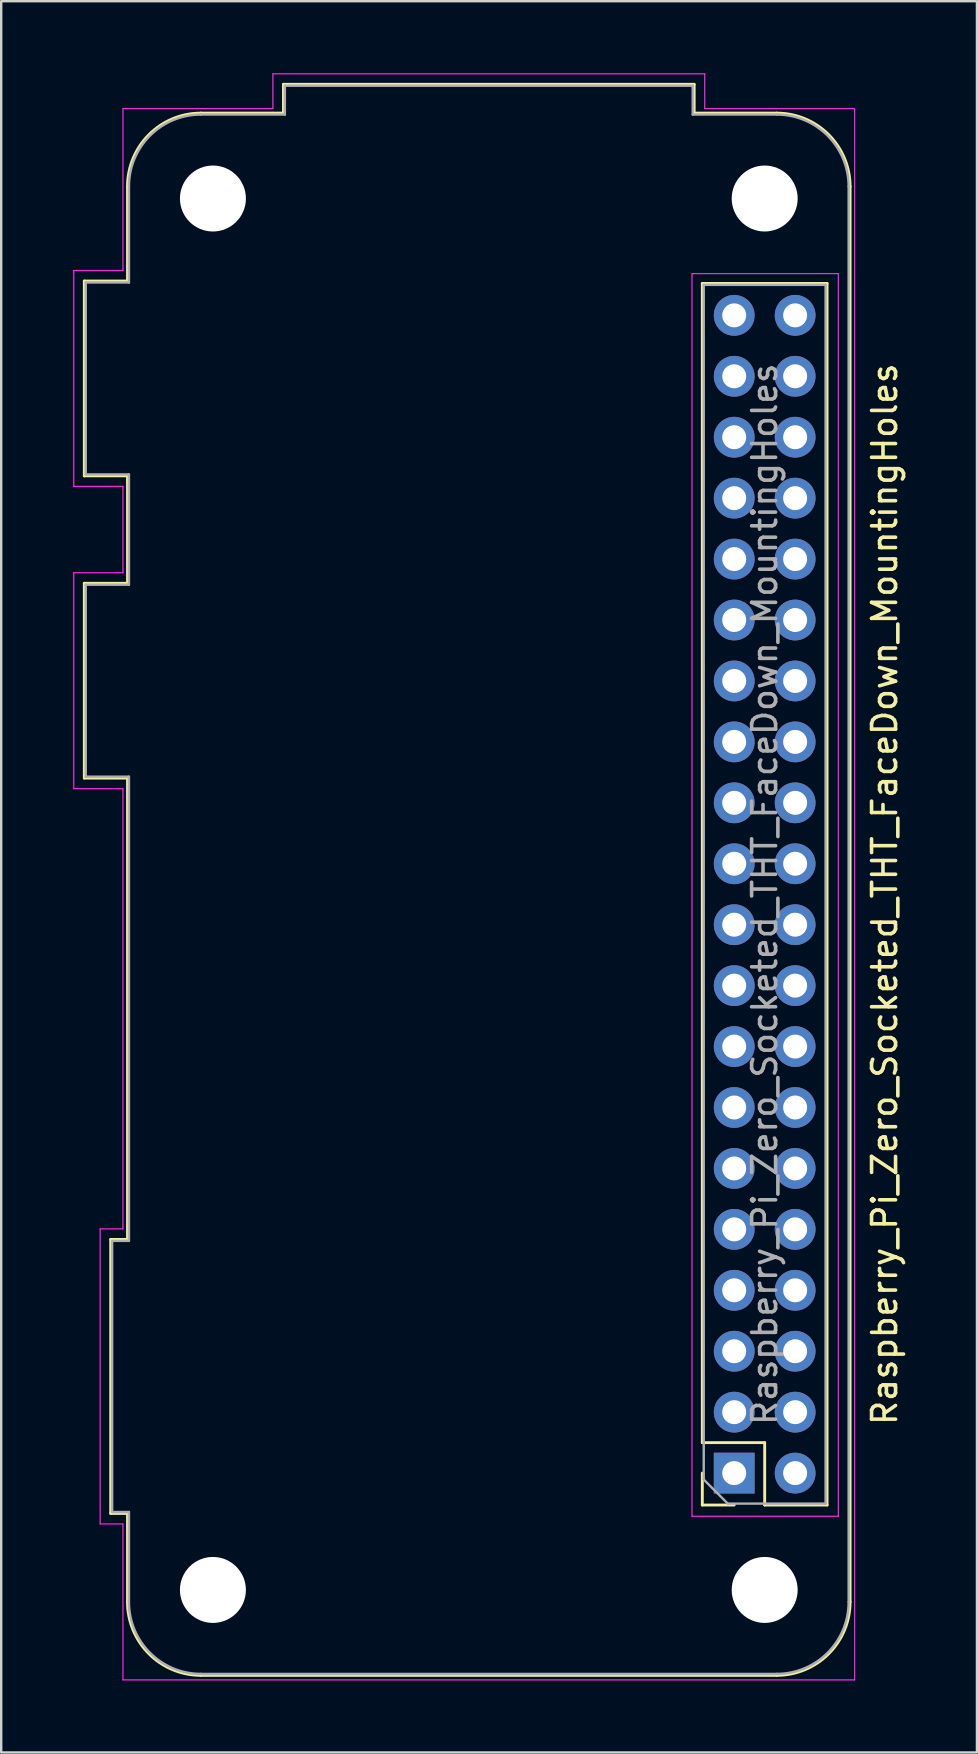
<source format=kicad_pcb>
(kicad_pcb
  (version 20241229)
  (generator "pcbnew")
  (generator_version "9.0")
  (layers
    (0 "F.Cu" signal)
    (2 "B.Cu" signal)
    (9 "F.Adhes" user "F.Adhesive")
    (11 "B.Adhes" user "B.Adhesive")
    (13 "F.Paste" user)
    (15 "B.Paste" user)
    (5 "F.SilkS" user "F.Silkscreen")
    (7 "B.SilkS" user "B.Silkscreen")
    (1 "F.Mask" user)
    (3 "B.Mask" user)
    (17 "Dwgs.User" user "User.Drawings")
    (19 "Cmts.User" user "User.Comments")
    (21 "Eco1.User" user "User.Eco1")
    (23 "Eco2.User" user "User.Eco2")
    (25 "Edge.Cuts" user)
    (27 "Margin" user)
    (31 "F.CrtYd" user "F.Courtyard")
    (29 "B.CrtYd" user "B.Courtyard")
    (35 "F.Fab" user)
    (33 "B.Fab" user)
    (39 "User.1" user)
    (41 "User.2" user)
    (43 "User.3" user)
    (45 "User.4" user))
  (footprint "Raspberry_Pi_Zero_Socketed_THT_FaceDown_MountingHoles"
    (layer "F.Cu")
    (at 17.325 34.225)
    (property "Reference" "Raspberry_Pi_Zero_Socketed_THT_FaceDown_MountingHoles" (at 16.5 0 270) (layer "F.SilkS") (effects (font (size 1 1) (thickness 0.15))))
    (attr through_hole)
    (fp_line (start -16.86 -25.56) (end -16.86 -17.44) (stroke (width 0.12) (type solid)) (layer "F.SilkS"))
    (fp_line (start -16.86 -17.44) (end -15.06 -17.44) (stroke (width 0.12) (type solid)) (layer "F.SilkS"))
    (fp_line (start -16.86 -12.96) (end -16.86 -4.84) (stroke (width 0.12) (type solid)) (layer "F.SilkS"))
    (fp_line (start -16.86 -4.84) (end -15.06 -4.84) (stroke (width 0.12) (type solid)) (layer "F.SilkS"))
    (fp_line (start -15.76 14.39) (end -15.76 25.81) (stroke (width 0.12) (type solid)) (layer "F.SilkS"))
    (fp_line (start -15.76 25.81) (end -15.06 25.81) (stroke (width 0.12) (type solid)) (layer "F.SilkS"))
    (fp_line (start -15.06 -29.5) (end -15.06 -25.56) (stroke (width 0.12) (type solid)) (layer "F.SilkS"))
    (fp_line (start -15.06 -25.56) (end -16.86 -25.56) (stroke (width 0.12) (type solid)) (layer "F.SilkS"))
    (fp_line (start -15.06 -17.44) (end -15.06 -12.96) (stroke (width 0.12) (type solid)) (layer "F.SilkS"))
    (fp_line (start -15.06 -12.96) (end -16.86 -12.96) (stroke (width 0.12) (type solid)) (layer "F.SilkS"))
    (fp_line (start -15.06 -4.84) (end -15.06 14.39) (stroke (width 0.12) (type solid)) (layer "F.SilkS"))
    (fp_line (start -15.06 14.39) (end -15.76 14.39) (stroke (width 0.12) (type solid)) (layer "F.SilkS"))
    (fp_line (start -15.06 25.81) (end -15.06 29.5) (stroke (width 0.12) (type solid)) (layer "F.SilkS"))
    (fp_line (start -8.56 -33.76) (end -8.56 -32.56) (stroke (width 0.12) (type solid)) (layer "F.SilkS"))
    (fp_line (start -8.56 -32.56) (end -12 -32.56) (stroke (width 0.12) (type solid)) (layer "F.SilkS"))
    (fp_line (start 8.56 -33.76) (end -8.56 -33.76) (stroke (width 0.12) (type solid)) (layer "F.SilkS"))
    (fp_line (start 8.56 -32.56) (end 8.56 -33.76) (stroke (width 0.12) (type solid)) (layer "F.SilkS"))
    (fp_line (start 8.56 -32.56) (end 12 -32.56) (stroke (width 0.12) (type solid)) (layer "F.SilkS"))
    (fp_line (start 8.9 22.86) (end 8.9 -25.46) (stroke (width 0.12) (type solid)) (layer "F.SilkS"))
    (fp_line (start 8.9 25.46) (end 8.9 24.13) (stroke (width 0.12) (type solid)) (layer "F.SilkS"))
    (fp_line (start 10.23 25.46) (end 8.9 25.46) (stroke (width 0.12) (type solid)) (layer "F.SilkS"))
    (fp_line (start 11.5 22.86) (end 8.9 22.86) (stroke (width 0.12) (type solid)) (layer "F.SilkS"))
    (fp_line (start 11.5 25.46) (end 11.5 22.86) (stroke (width 0.12) (type solid)) (layer "F.SilkS"))
    (fp_line (start 12 32.56) (end -12 32.56) (stroke (width 0.12) (type solid)) (layer "F.SilkS"))
    (fp_line (start 14.1 -25.46) (end 8.9 -25.46) (stroke (width 0.12) (type solid)) (layer "F.SilkS"))
    (fp_line (start 14.1 25.46) (end 11.5 25.46) (stroke (width 0.12) (type solid)) (layer "F.SilkS"))
    (fp_line (start 14.1 25.46) (end 14.1 -25.46) (stroke (width 0.12) (type solid)) (layer "F.SilkS"))
    (fp_line (start 15.06 -29.5) (end 15.06 29.5) (stroke (width 0.12) (type solid)) (layer "F.SilkS"))
    (fp_arc (start -15.06 -29.5) (mid -14.163747 -31.663747) (end -12 -32.56) (stroke (width 0.12) (type solid)) (layer "F.SilkS"))
    (fp_arc (start -12 32.56) (mid -14.163747 31.663747) (end -15.06 29.5) (stroke (width 0.12) (type solid)) (layer "F.SilkS"))
    (fp_arc (start 12 -32.56) (mid 14.163747 -31.663747) (end 15.06 -29.5) (stroke (width 0.12) (type solid)) (layer "F.SilkS"))
    (fp_arc (start 15.06 29.5) (mid 14.163747 31.663747) (end 12 32.56) (stroke (width 0.12) (type solid)) (layer "F.SilkS"))
    (fp_line (start -17.3 -26) (end -17.3 -17) (stroke (width 0.05) (type solid)) (layer "F.CrtYd"))
    (fp_line (start -17.3 -26) (end -15.25 -26) (stroke (width 0.05) (type solid)) (layer "F.CrtYd"))
    (fp_line (start -17.3 -17) (end -15.25 -17) (stroke (width 0.05) (type solid)) (layer "F.CrtYd"))
    (fp_line (start -17.3 -13.4) (end -17.3 -4.4) (stroke (width 0.05) (type solid)) (layer "F.CrtYd"))
    (fp_line (start -17.3 -13.4) (end -15.25 -13.4) (stroke (width 0.05) (type solid)) (layer "F.CrtYd"))
    (fp_line (start -17.3 -4.4) (end -15.25 -4.4) (stroke (width 0.05) (type solid)) (layer "F.CrtYd"))
    (fp_line (start -16.2 13.95) (end -15.25 13.95) (stroke (width 0.05) (type solid)) (layer "F.CrtYd"))
    (fp_line (start -16.2 26.25) (end -16.2 13.95) (stroke (width 0.05) (type solid)) (layer "F.CrtYd"))
    (fp_line (start -16.2 26.25) (end -15.25 26.25) (stroke (width 0.05) (type solid)) (layer "F.CrtYd"))
    (fp_line (start -15.25 -26) (end -15.25 -32.75) (stroke (width 0.05) (type solid)) (layer "F.CrtYd"))
    (fp_line (start -15.25 -13.4) (end -15.25 -17) (stroke (width 0.05) (type solid)) (layer "F.CrtYd"))
    (fp_line (start -15.25 -4.4) (end -15.25 13.95) (stroke (width 0.05) (type solid)) (layer "F.CrtYd"))
    (fp_line (start -15.25 26.25) (end -15.25 32.75) (stroke (width 0.05) (type solid)) (layer "F.CrtYd"))
    (fp_line (start -9 -34.2) (end -9 -32.75) (stroke (width 0.05) (type solid)) (layer "F.CrtYd"))
    (fp_line (start -9 -34.2) (end 9 -34.2) (stroke (width 0.05) (type solid)) (layer "F.CrtYd"))
    (fp_line (start -9 -32.75) (end -15.25 -32.75) (stroke (width 0.05) (type solid)) (layer "F.CrtYd"))
    (fp_line (start 8.47 -25.87) (end 14.57 -25.87) (stroke (width 0.05) (type solid)) (layer "F.CrtYd"))
    (fp_line (start 8.47 25.93) (end 8.47 -25.87) (stroke (width 0.05) (type solid)) (layer "F.CrtYd"))
    (fp_line (start 9 -34.2) (end 9 -32.75) (stroke (width 0.05) (type solid)) (layer "F.CrtYd"))
    (fp_line (start 14.57 -25.87) (end 14.57 25.93) (stroke (width 0.05) (type solid)) (layer "F.CrtYd"))
    (fp_line (start 14.57 25.93) (end 8.47 25.93) (stroke (width 0.05) (type solid)) (layer "F.CrtYd"))
    (fp_line (start 15.25 -32.75) (end 9 -32.75) (stroke (width 0.05) (type solid)) (layer "F.CrtYd"))
    (fp_line (start 15.25 -32.75) (end 15.25 32.75) (stroke (width 0.05) (type solid)) (layer "F.CrtYd"))
    (fp_line (start 15.25 32.75) (end -15.25 32.75) (stroke (width 0.05) (type solid)) (layer "F.CrtYd"))
    (fp_line (start -16.8 -25.5) (end -16.8 -17.5) (stroke (width 0.1) (type solid)) (layer "F.Fab"))
    (fp_line (start -16.8 -17.5) (end -15 -17.5) (stroke (width 0.1) (type solid)) (layer "F.Fab"))
    (fp_line (start -16.8 -12.9) (end -16.8 -4.9) (stroke (width 0.1) (type solid)) (layer "F.Fab"))
    (fp_line (start -16.8 -4.9) (end -15 -4.9) (stroke (width 0.1) (type solid)) (layer "F.Fab"))
    (fp_line (start -15.7 14.45) (end -15.7 25.75) (stroke (width 0.1) (type solid)) (layer "F.Fab"))
    (fp_line (start -15 -25.5) (end -16.8 -25.5) (stroke (width 0.1) (type solid)) (layer "F.Fab"))
    (fp_line (start -15 -25.5) (end -15 -29.5) (stroke (width 0.1) (type solid)) (layer "F.Fab"))
    (fp_line (start -15 -17.5) (end -15 -12.9) (stroke (width 0.1) (type solid)) (layer "F.Fab"))
    (fp_line (start -15 -12.9) (end -16.8 -12.9) (stroke (width 0.1) (type solid)) (layer "F.Fab"))
    (fp_line (start -15 -4.9) (end -15 14.45) (stroke (width 0.1) (type solid)) (layer "F.Fab"))
    (fp_line (start -15 14.45) (end -15.7 14.45) (stroke (width 0.1) (type solid)) (layer "F.Fab"))
    (fp_line (start -15 25.75) (end -15.7 25.75) (stroke (width 0.1) (type solid)) (layer "F.Fab"))
    (fp_line (start -15 25.75) (end -15 29.5) (stroke (width 0.1) (type solid)) (layer "F.Fab"))
    (fp_line (start -12 -32.5) (end -8.5 -32.5) (stroke (width 0.1) (type solid)) (layer "F.Fab"))
    (fp_line (start -8.5 -32.5) (end -8.5 -33.7) (stroke (width 0.1) (type solid)) (layer "F.Fab"))
    (fp_line (start 8.5 -33.7) (end -8.5 -33.7) (stroke (width 0.1) (type solid)) (layer "F.Fab"))
    (fp_line (start 8.5 -32.5) (end 8.5 -33.7) (stroke (width 0.1) (type solid)) (layer "F.Fab"))
    (fp_line (start 8.96 -25.4) (end 14.04 -25.4) (stroke (width 0.1) (type solid)) (layer "F.Fab"))
    (fp_line (start 8.96 24.4) (end 8.96 -25.4) (stroke (width 0.1) (type solid)) (layer "F.Fab"))
    (fp_line (start 9.96 25.4) (end 8.96 24.4) (stroke (width 0.1) (type solid)) (layer "F.Fab"))
    (fp_line (start 12 -32.5) (end 8.5 -32.5) (stroke (width 0.1) (type solid)) (layer "F.Fab"))
    (fp_line (start 12 32.5) (end -12 32.5) (stroke (width 0.1) (type solid)) (layer "F.Fab"))
    (fp_line (start 14.04 -25.4) (end 14.04 25.4) (stroke (width 0.1) (type solid)) (layer "F.Fab"))
    (fp_line (start 14.04 25.4) (end 9.96 25.4) (stroke (width 0.1) (type solid)) (layer "F.Fab"))
    (fp_line (start 15 -29.5) (end 15 29.5) (stroke (width 0.1) (type solid)) (layer "F.Fab"))
    (fp_arc (start -15 -29.5) (mid -14.12132 -31.62132) (end -12 -32.5) (stroke (width 0.1) (type solid)) (layer "F.Fab"))
    (fp_arc (start -12 32.5) (mid -14.12132 31.62132) (end -15 29.5) (stroke (width 0.1) (type solid)) (layer "F.Fab"))
    (fp_arc (start 12 -32.5) (mid 14.12132 -31.62132) (end 15 -29.5) (stroke (width 0.1) (type solid)) (layer "F.Fab"))
    (fp_arc (start 15 29.5) (mid 14.12132 31.62132) (end 12 32.5) (stroke (width 0.1) (type solid)) (layer "F.Fab"))
    (fp_text user "${REFERENCE}" (at 11.5 0 270) (layer "F.Fab") (effects (font (size 1 1) (thickness 0.15))))
    (pad "" np_thru_hole circle (at -11.5 -29 270) (size 2.75 2.75) (drill 2.75) (layers "*.Cu" "*.Mask"))
    (pad "" np_thru_hole circle (at -11.5 29 270) (size 2.75 2.75) (drill 2.75) (layers "*.Cu" "*.Mask"))
    (pad "" np_thru_hole circle (at 11.5 -29 270) (size 2.75 2.75) (drill 2.75) (layers "*.Cu" "*.Mask"))
    (pad "" np_thru_hole circle (at 11.5 29 270) (size 2.75 2.75) (drill 2.75) (layers "*.Cu" "*.Mask"))
    (pad "1" thru_hole rect (at 10.23 24.13 180) (size 1.7 1.7) (drill 1) (layers "*.Cu" "*.Mask"))
    (pad "2" thru_hole oval (at 12.77 24.13 180) (size 1.7 1.7) (drill 1) (layers "*.Cu" "*.Mask"))
    (pad "3" thru_hole oval (at 10.23 21.59 180) (size 1.7 1.7) (drill 1) (layers "*.Cu" "*.Mask"))
    (pad "4" thru_hole oval (at 12.77 21.59 180) (size 1.7 1.7) (drill 1) (layers "*.Cu" "*.Mask"))
    (pad "5" thru_hole oval (at 10.23 19.05 180) (size 1.7 1.7) (drill 1) (layers "*.Cu" "*.Mask"))
    (pad "6" thru_hole oval (at 12.77 19.05 180) (size 1.7 1.7) (drill 1) (layers "*.Cu" "*.Mask"))
    (pad "7" thru_hole oval (at 10.23 16.51 180) (size 1.7 1.7) (drill 1) (layers "*.Cu" "*.Mask"))
    (pad "8" thru_hole oval (at 12.77 16.51 180) (size 1.7 1.7) (drill 1) (layers "*.Cu" "*.Mask"))
    (pad "9" thru_hole oval (at 10.23 13.97 180) (size 1.7 1.7) (drill 1) (layers "*.Cu" "*.Mask"))
    (pad "10" thru_hole oval (at 12.77 13.97 180) (size 1.7 1.7) (drill 1) (layers "*.Cu" "*.Mask"))
    (pad "11" thru_hole oval (at 10.23 11.43 180) (size 1.7 1.7) (drill 1) (layers "*.Cu" "*.Mask"))
    (pad "12" thru_hole oval (at 12.77 11.43 180) (size 1.7 1.7) (drill 1) (layers "*.Cu" "*.Mask"))
    (pad "13" thru_hole oval (at 10.23 8.89 180) (size 1.7 1.7) (drill 1) (layers "*.Cu" "*.Mask"))
    (pad "14" thru_hole oval (at 12.77 8.89 180) (size 1.7 1.7) (drill 1) (layers "*.Cu" "*.Mask"))
    (pad "15" thru_hole oval (at 10.23 6.35 180) (size 1.7 1.7) (drill 1) (layers "*.Cu" "*.Mask"))
    (pad "16" thru_hole oval (at 12.77 6.35 180) (size 1.7 1.7) (drill 1) (layers "*.Cu" "*.Mask"))
    (pad "17" thru_hole oval (at 10.23 3.81 180) (size 1.7 1.7) (drill 1) (layers "*.Cu" "*.Mask"))
    (pad "18" thru_hole oval (at 12.77 3.81 180) (size 1.7 1.7) (drill 1) (layers "*.Cu" "*.Mask"))
    (pad "19" thru_hole oval (at 10.23 1.27 180) (size 1.7 1.7) (drill 1) (layers "*.Cu" "*.Mask"))
    (pad "20" thru_hole oval (at 12.77 1.27 180) (size 1.7 1.7) (drill 1) (layers "*.Cu" "*.Mask"))
    (pad "21" thru_hole oval (at 10.23 -1.27 180) (size 1.7 1.7) (drill 1) (layers "*.Cu" "*.Mask"))
    (pad "22" thru_hole oval (at 12.77 -1.27 180) (size 1.7 1.7) (drill 1) (layers "*.Cu" "*.Mask"))
    (pad "23" thru_hole oval (at 10.23 -3.81 180) (size 1.7 1.7) (drill 1) (layers "*.Cu" "*.Mask"))
    (pad "24" thru_hole oval (at 12.77 -3.81 180) (size 1.7 1.7) (drill 1) (layers "*.Cu" "*.Mask"))
    (pad "25" thru_hole oval (at 10.23 -6.35 180) (size 1.7 1.7) (drill 1) (layers "*.Cu" "*.Mask"))
    (pad "26" thru_hole oval (at 12.77 -6.35 180) (size 1.7 1.7) (drill 1) (layers "*.Cu" "*.Mask"))
    (pad "27" thru_hole oval (at 10.23 -8.89 180) (size 1.7 1.7) (drill 1) (layers "*.Cu" "*.Mask"))
    (pad "28" thru_hole oval (at 12.77 -8.89 180) (size 1.7 1.7) (drill 1) (layers "*.Cu" "*.Mask"))
    (pad "29" thru_hole oval (at 10.23 -11.43 180) (size 1.7 1.7) (drill 1) (layers "*.Cu" "*.Mask"))
    (pad "30" thru_hole oval (at 12.77 -11.43 180) (size 1.7 1.7) (drill 1) (layers "*.Cu" "*.Mask"))
    (pad "31" thru_hole oval (at 10.23 -13.97 180) (size 1.7 1.7) (drill 1) (layers "*.Cu" "*.Mask"))
    (pad "32" thru_hole oval (at 12.77 -13.97 180) (size 1.7 1.7) (drill 1) (layers "*.Cu" "*.Mask"))
    (pad "33" thru_hole oval (at 10.23 -16.51 180) (size 1.7 1.7) (drill 1) (layers "*.Cu" "*.Mask"))
    (pad "34" thru_hole oval (at 12.77 -16.51 180) (size 1.7 1.7) (drill 1) (layers "*.Cu" "*.Mask"))
    (pad "35" thru_hole oval (at 10.23 -19.05 180) (size 1.7 1.7) (drill 1) (layers "*.Cu" "*.Mask"))
    (pad "36" thru_hole oval (at 12.77 -19.05 180) (size 1.7 1.7) (drill 1) (layers "*.Cu" "*.Mask"))
    (pad "37" thru_hole oval (at 10.23 -21.59 180) (size 1.7 1.7) (drill 1) (layers "*.Cu" "*.Mask"))
    (pad "38" thru_hole oval (at 12.77 -21.59 180) (size 1.7 1.7) (drill 1) (layers "*.Cu" "*.Mask"))
    (pad "39" thru_hole oval (at 10.23 -24.13 180) (size 1.7 1.7) (drill 1) (layers "*.Cu" "*.Mask"))
    (pad "40" thru_hole oval (at 12.77 -24.13 180) (size 1.7 1.7) (drill 1) (layers "*.Cu" "*.Mask")))
  (gr_rect
    (start -3 -3)
    (end 37.673 70)
    (stroke (width 0.1) (type default))
    (fill no)
    (layer "Edge.Cuts")))
</source>
